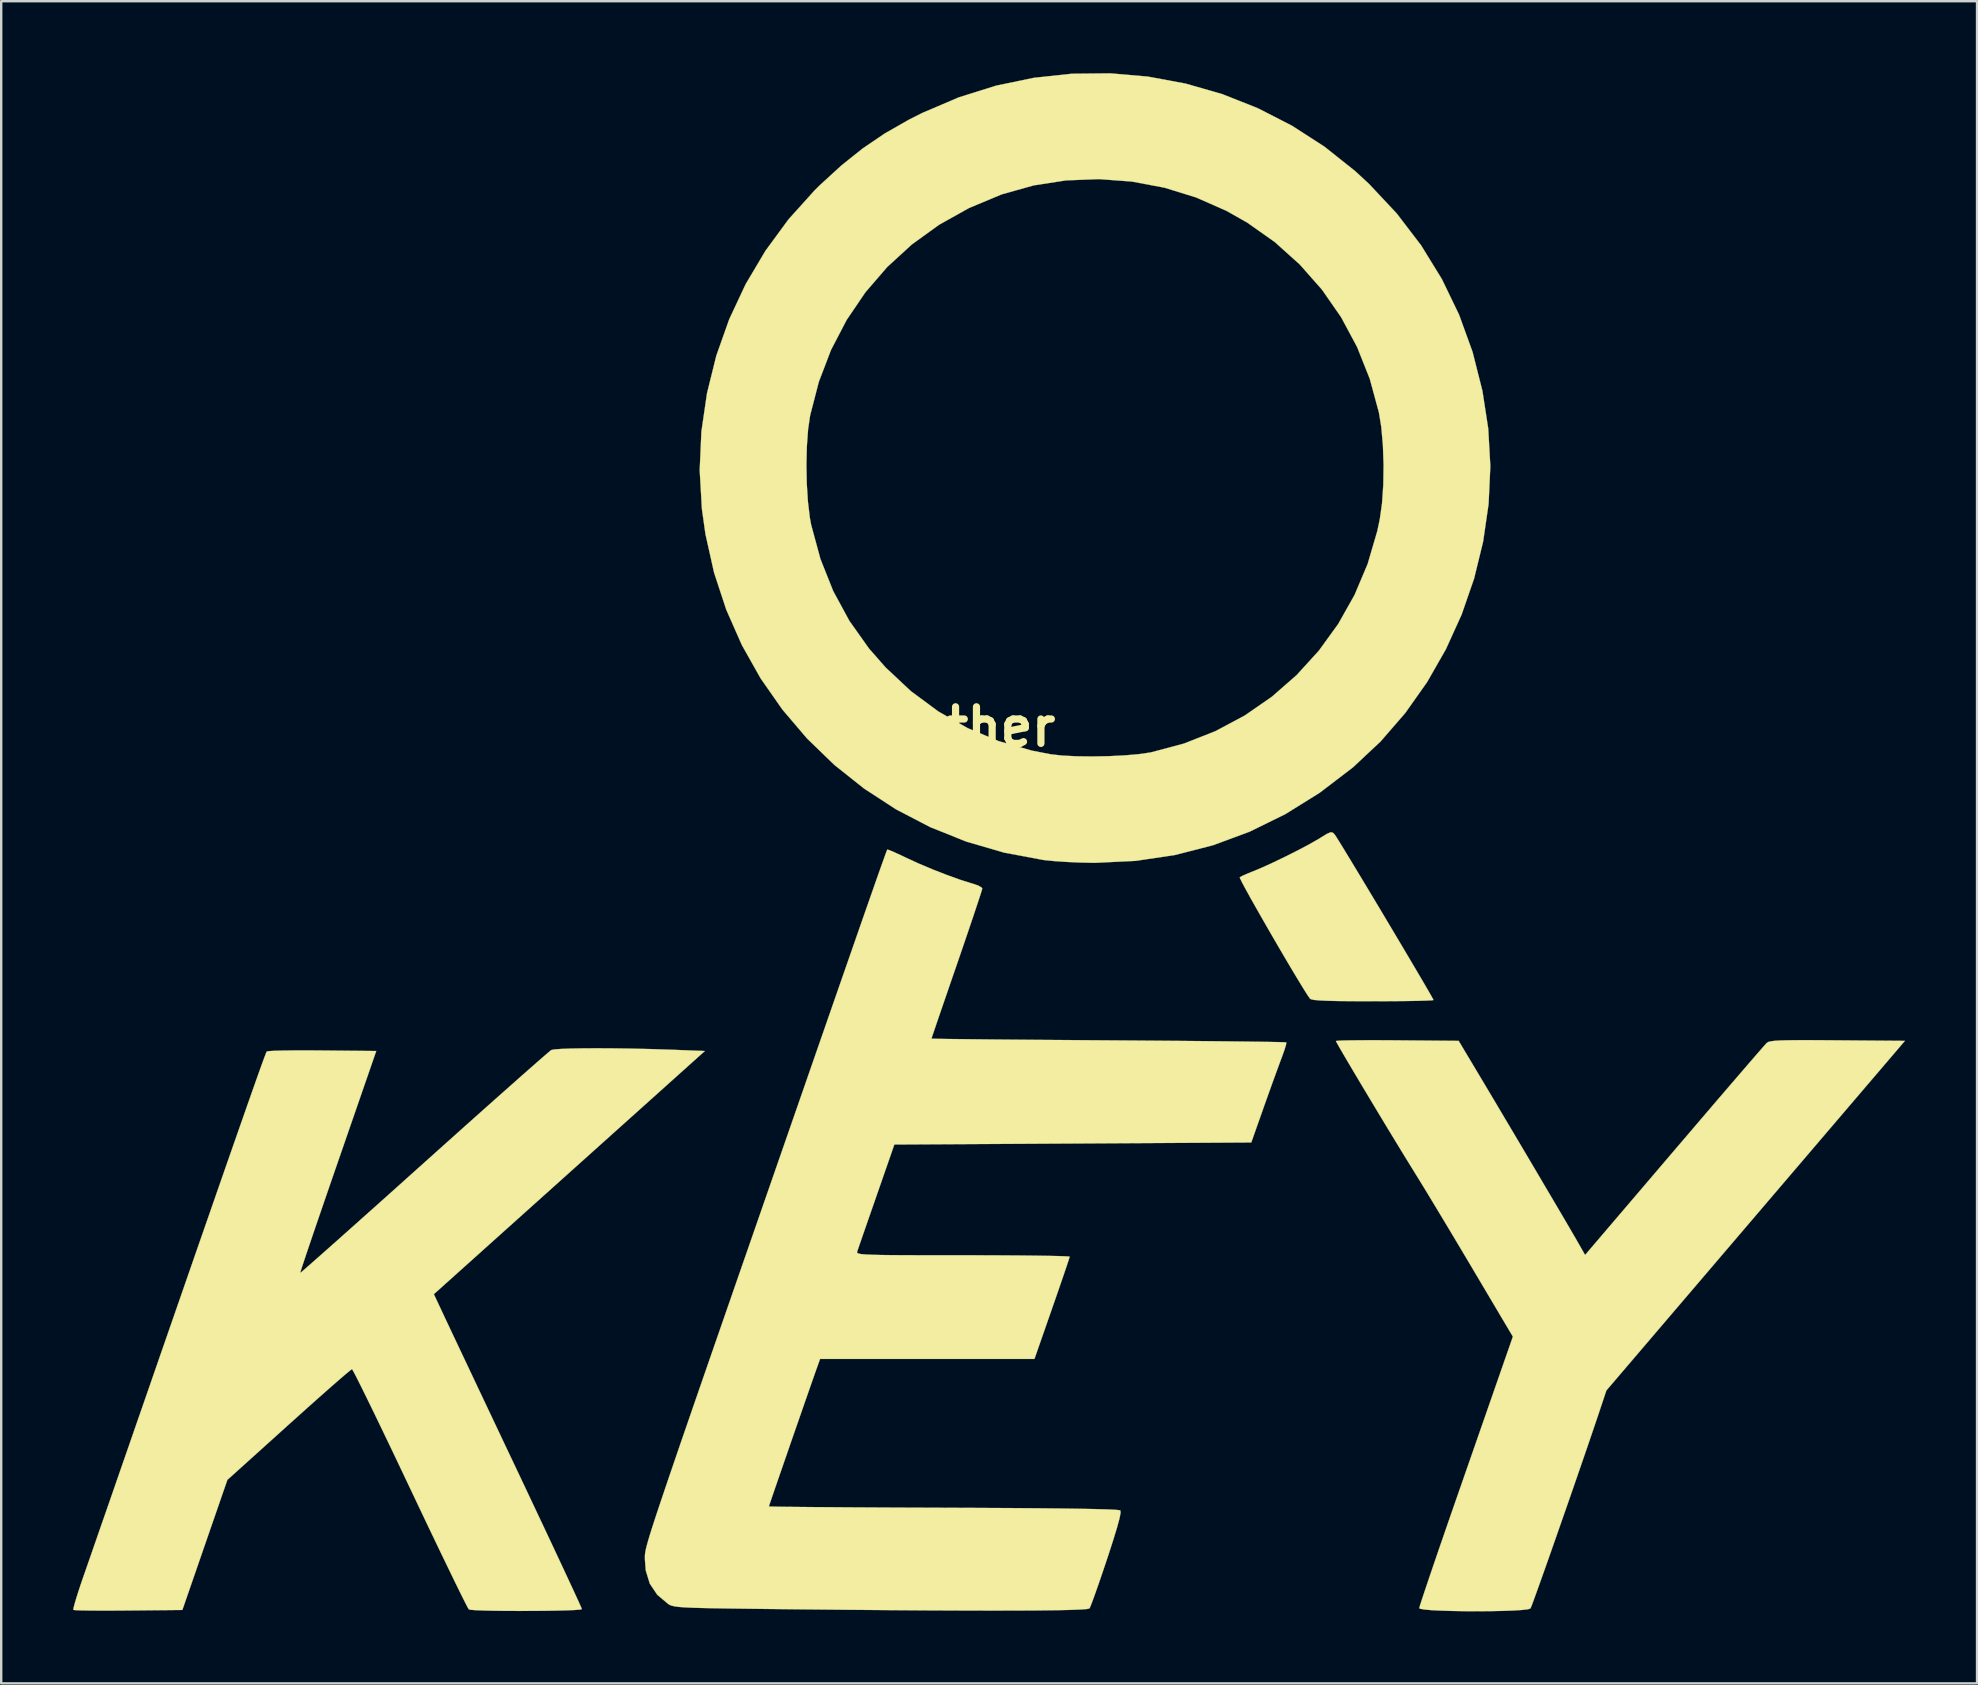
<source format=kicad_pcb>
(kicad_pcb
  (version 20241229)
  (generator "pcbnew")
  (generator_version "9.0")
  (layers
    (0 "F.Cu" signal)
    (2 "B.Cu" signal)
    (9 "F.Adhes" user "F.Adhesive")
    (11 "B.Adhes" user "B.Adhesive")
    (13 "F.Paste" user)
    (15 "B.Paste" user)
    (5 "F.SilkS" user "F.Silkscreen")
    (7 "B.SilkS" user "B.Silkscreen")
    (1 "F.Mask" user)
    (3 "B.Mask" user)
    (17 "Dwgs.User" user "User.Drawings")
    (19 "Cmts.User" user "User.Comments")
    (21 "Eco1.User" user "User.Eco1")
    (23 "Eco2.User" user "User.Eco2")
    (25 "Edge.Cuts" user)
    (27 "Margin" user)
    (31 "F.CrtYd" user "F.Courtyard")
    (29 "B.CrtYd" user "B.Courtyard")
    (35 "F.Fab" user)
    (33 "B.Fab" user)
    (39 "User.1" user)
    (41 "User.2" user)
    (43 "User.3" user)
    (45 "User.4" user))
  (footprint "other"
    (layer "F.Cu")
    (at 37.953 27.228)
    (property "Reference" "other" (at 0 0 0) (layer "F.SilkS") (effects (font (size 1.524 1.524) (thickness 0.3))))
    (attr through_hole)
    (fp_poly (pts (xy 14.51 4.403) (xy 14.586 4.472) (xy 14.653 4.57) (xy 14.793 4.794) (xy 14.997 5.126) (xy 15.254 5.549) (xy 15.554 6.045) (xy 15.886 6.597) (xy 16.241 7.188) (xy 16.607 7.799) (xy 16.973 8.414) (xy 17.331 9.015) (xy 17.669 9.585) (xy 17.977 10.106) (xy 18.244 10.56) (xy 18.461 10.932) (xy 18.616 11.202) (xy 18.7 11.354) (xy 18.711 11.38) (xy 18.63 11.393) (xy 18.4 11.404) (xy 18.043 11.414) (xy 17.578 11.422) (xy 17.027 11.427) (xy 16.41 11.43) (xy 16.182 11.43) (xy 15.413 11.428) (xy 14.799 11.423) (xy 14.327 11.413) (xy 13.981 11.397) (xy 13.748 11.377) (xy 13.614 11.35) (xy 13.569 11.324) (xy 13.464 11.173) (xy 13.296 10.908) (xy 13.077 10.549) (xy 12.818 10.118) (xy 12.532 9.634) (xy 12.229 9.117) (xy 11.922 8.589) (xy 11.623 8.069) (xy 11.343 7.578) (xy 11.094 7.137) (xy 10.889 6.765) (xy 10.738 6.483) (xy 10.654 6.311) (xy 10.641 6.268) (xy 10.751 6.207) (xy 10.971 6.11) (xy 11.218 6.01) (xy 11.6 5.85) (xy 12.071 5.634) (xy 12.585 5.385) (xy 13.097 5.126) (xy 13.561 4.879) (xy 13.93 4.669) (xy 14.026 4.609) (xy 14.27 4.459) (xy 14.418 4.394) (xy 14.51 4.403)) (stroke (width 0.01) (type solid)) (fill yes) (layer "F.SilkS"))
    (fp_poly (pts (xy 34.494 13.052) (xy 35.208 13.056) (xy 35.544 13.059) (xy 38.349 13.081) (xy 32.131 20.362) (xy 25.914 27.644) (xy 25.688 28.321) (xy 25.521 28.82) (xy 25.323 29.403) (xy 25.101 30.054) (xy 24.86 30.755) (xy 24.607 31.488) (xy 24.348 32.235) (xy 24.088 32.979) (xy 23.835 33.703) (xy 23.595 34.389) (xy 23.372 35.02) (xy 23.174 35.577) (xy 23.007 36.044) (xy 22.877 36.402) (xy 22.79 36.635) (xy 22.752 36.724) (xy 22.644 36.76) (xy 22.398 36.788) (xy 22.041 36.811) (xy 21.598 36.827) (xy 21.096 36.837) (xy 20.562 36.841) (xy 20.022 36.839) (xy 19.502 36.83) (xy 19.028 36.816) (xy 18.628 36.796) (xy 18.327 36.769) (xy 18.152 36.737) (xy 18.119 36.714) (xy 18.146 36.614) (xy 18.224 36.369) (xy 18.348 35.995) (xy 18.513 35.505) (xy 18.713 34.916) (xy 18.944 34.241) (xy 19.201 33.496) (xy 19.478 32.696) (xy 19.649 32.205) (xy 19.952 31.336) (xy 20.251 30.477) (xy 20.539 29.651) (xy 20.809 28.876) (xy 21.054 28.173) (xy 21.266 27.563) (xy 21.44 27.064) (xy 21.567 26.699) (xy 21.599 26.607) (xy 22.019 25.402) (xy 20.35 22.586) (xy 19.944 21.903) (xy 19.535 21.218) (xy 19.139 20.557) (xy 18.77 19.944) (xy 18.443 19.403) (xy 18.173 18.962) (xy 17.992 18.669) (xy 17.748 18.274) (xy 17.46 17.806) (xy 17.141 17.283) (xy 16.801 16.723) (xy 16.452 16.145) (xy 16.105 15.567) (xy 15.77 15.009) (xy 15.459 14.487) (xy 15.183 14.022) (xy 14.953 13.631) (xy 14.78 13.332) (xy 14.675 13.145) (xy 14.647 13.088) (xy 14.729 13.076) (xy 14.958 13.066) (xy 15.316 13.059) (xy 15.782 13.055) (xy 16.334 13.054) (xy 16.952 13.057) (xy 17.203 13.059) (xy 19.76 13.081) (xy 20.62 14.52) (xy 20.939 15.055) (xy 21.302 15.665) (xy 21.696 16.329) (xy 22.11 17.027) (xy 22.532 17.739) (xy 22.949 18.445) (xy 23.349 19.124) (xy 23.722 19.756) (xy 24.055 20.322) (xy 24.335 20.8) (xy 24.551 21.171) (xy 24.68 21.393) (xy 25.027 22.001) (xy 28.742 17.647) (xy 29.374 16.907) (xy 29.976 16.202) (xy 30.539 15.544) (xy 31.054 14.944) (xy 31.511 14.413) (xy 31.9 13.961) (xy 32.213 13.6) (xy 32.439 13.341) (xy 32.57 13.193) (xy 32.598 13.165) (xy 32.656 13.129) (xy 32.757 13.101) (xy 32.917 13.08) (xy 33.154 13.065) (xy 33.484 13.056) (xy 33.925 13.052) (xy 34.494 13.052)) (stroke (width 0.01) (type solid)) (fill yes) (layer "F.SilkS"))
    (fp_poly (pts (xy 6.822 -27.086) (xy 8.381 -26.797) (xy 9.908 -26.359) (xy 11.389 -25.773) (xy 12.815 -25.042) (xy 14.173 -24.166) (xy 15.452 -23.148) (xy 16.029 -22.614) (xy 17.185 -21.38) (xy 18.196 -20.057) (xy 19.061 -18.652) (xy 19.777 -17.169) (xy 20.341 -15.614) (xy 20.751 -13.991) (xy 20.992 -12.428) (xy 21.08 -10.858) (xy 21.007 -9.283) (xy 20.78 -7.718) (xy 20.404 -6.179) (xy 19.885 -4.679) (xy 19.23 -3.236) (xy 18.445 -1.863) (xy 17.536 -0.577) (xy 16.509 0.608) (xy 15.37 1.676) (xy 15.342 1.699) (xy 13.968 2.748) (xy 12.539 3.637) (xy 11.057 4.365) (xy 9.524 4.933) (xy 7.941 5.339) (xy 6.309 5.583) (xy 4.63 5.664) (xy 4.504 5.664) (xy 3.974 5.652) (xy 3.422 5.627) (xy 2.909 5.592) (xy 2.496 5.55) (xy 2.455 5.545) (xy 0.819 5.238) (xy -0.754 4.779) (xy -2.254 4.177) (xy -3.675 3.438) (xy -5.008 2.571) (xy -6.247 1.585) (xy -7.383 0.486) (xy -8.409 -0.718) (xy -9.317 -2.018) (xy -10.099 -3.407) (xy -10.748 -4.877) (xy -11.256 -6.419) (xy -11.616 -8.027) (xy -11.764 -9.077) (xy -11.856 -10.694) (xy -11.846 -10.911) (xy -7.41 -10.911) (xy -7.395 -10.125) (xy -7.347 -9.375) (xy -7.267 -8.709) (xy -7.211 -8.408) (xy -6.825 -6.988) (xy -6.295 -5.657) (xy -5.62 -4.414) (xy -4.802 -3.261) (xy -4.111 -2.473) (xy -3.054 -1.483) (xy -1.915 -0.641) (xy -0.694 0.053) (xy 0.606 0.597) (xy 1.986 0.992) (xy 2.766 1.143) (xy 3.236 1.196) (xy 3.825 1.226) (xy 4.485 1.234) (xy 5.171 1.222) (xy 5.834 1.19) (xy 6.428 1.139) (xy 6.904 1.07) (xy 6.943 1.063) (xy 8.319 0.696) (xy 9.623 0.182) (xy 10.846 -0.47) (xy 11.978 -1.253) (xy 13.011 -2.156) (xy 13.935 -3.17) (xy 14.743 -4.286) (xy 15.424 -5.495) (xy 15.97 -6.788) (xy 16.371 -8.156) (xy 16.473 -8.636) (xy 16.568 -9.306) (xy 16.621 -10.081) (xy 16.633 -10.907) (xy 16.605 -11.728) (xy 16.537 -12.49) (xy 16.438 -13.097) (xy 16.058 -14.496) (xy 15.531 -15.821) (xy 14.865 -17.063) (xy 14.067 -18.212) (xy 13.144 -19.258) (xy 12.105 -20.192) (xy 10.955 -21.004) (xy 10.092 -21.493) (xy 8.825 -22.052) (xy 7.504 -22.46) (xy 6.149 -22.715) (xy 4.777 -22.817) (xy 3.407 -22.764) (xy 2.058 -22.555) (xy 0.748 -22.188) (xy 0.697 -22.17) (xy -0.64 -21.611) (xy -1.881 -20.917) (xy -3.018 -20.096) (xy -4.044 -19.156) (xy -4.951 -18.105) (xy -5.734 -16.951) (xy -6.384 -15.704) (xy -6.894 -14.371) (xy -7.255 -12.977) (xy -7.341 -12.387) (xy -7.392 -11.682) (xy -7.41 -10.911) (xy -11.846 -10.911) (xy -11.784 -12.305) (xy -11.551 -13.898) (xy -11.164 -15.46) (xy -10.626 -16.978) (xy -9.942 -18.439) (xy -9.117 -19.83) (xy -8.156 -21.14) (xy -7.063 -22.354) (xy -6.847 -22.566) (xy -5.944 -23.393) (xy -5.06 -24.098) (xy -4.148 -24.717) (xy -3.159 -25.282) (xy -2.582 -25.574) (xy -1.066 -26.221) (xy 0.485 -26.708) (xy 2.062 -27.036) (xy 3.651 -27.207) (xy 5.242 -27.223) (xy 6.822 -27.086)) (stroke (width 0.01) (type solid)) (fill yes) (layer "F.SilkS"))
    (fp_poly (pts (xy -15.391 13.394) (xy -14.67 13.405) (xy -13.923 13.422) (xy -13.171 13.446) (xy -12.997 13.452) (xy -11.642 13.504) (xy -17.286 18.569) (xy -22.93 23.633) (xy -22.566 24.411) (xy -22.471 24.614) (xy -22.309 24.957) (xy -22.089 25.424) (xy -21.815 26.003) (xy -21.496 26.678) (xy -21.138 27.436) (xy -20.747 28.263) (xy -20.33 29.144) (xy -19.894 30.066) (xy -19.483 30.932) (xy -19.046 31.857) (xy -18.631 32.737) (xy -18.242 33.562) (xy -17.887 34.318) (xy -17.571 34.994) (xy -17.299 35.578) (xy -17.076 36.058) (xy -16.909 36.422) (xy -16.803 36.657) (xy -16.764 36.752) (xy -16.764 36.753) (xy -16.844 36.773) (xy -17.068 36.79) (xy -17.408 36.804) (xy -17.839 36.815) (xy -18.334 36.823) (xy -18.868 36.827) (xy -19.414 36.828) (xy -19.945 36.826) (xy -20.436 36.82) (xy -20.861 36.81) (xy -21.193 36.797) (xy -21.405 36.78) (xy -21.47 36.765) (xy -21.522 36.68) (xy -21.639 36.454) (xy -21.815 36.101) (xy -22.045 35.633) (xy -22.321 35.064) (xy -22.639 34.407) (xy -22.99 33.674) (xy -23.37 32.878) (xy -23.771 32.033) (xy -23.915 31.729) (xy -24.322 30.871) (xy -24.708 30.06) (xy -25.069 29.309) (xy -25.396 28.63) (xy -25.686 28.036) (xy -25.93 27.54) (xy -26.123 27.154) (xy -26.259 26.891) (xy -26.331 26.765) (xy -26.341 26.755) (xy -26.417 26.81) (xy -26.606 26.966) (xy -26.893 27.213) (xy -27.264 27.537) (xy -27.706 27.928) (xy -28.205 28.372) (xy -28.747 28.859) (xy -28.973 29.062) (xy -31.532 31.369) (xy -32.469 34.078) (xy -33.406 36.788) (xy -35.653 36.81) (xy -36.253 36.814) (xy -36.796 36.815) (xy -37.26 36.812) (xy -37.621 36.806) (xy -37.858 36.796) (xy -37.948 36.785) (xy -37.937 36.693) (xy -37.877 36.469) (xy -37.777 36.141) (xy -37.644 35.735) (xy -37.532 35.408) (xy -37.426 35.105) (xy -37.271 34.66) (xy -37.072 34.087) (xy -36.835 33.403) (xy -36.564 32.626) (xy -36.267 31.77) (xy -35.949 30.853) (xy -35.615 29.892) (xy -35.272 28.902) (xy -35.011 28.152) (xy -34.363 26.283) (xy -33.768 24.57) (xy -33.224 23.004) (xy -32.73 21.582) (xy -32.283 20.298) (xy -31.882 19.145) (xy -31.524 18.118) (xy -31.207 17.211) (xy -30.93 16.42) (xy -30.691 15.737) (xy -30.487 15.158) (xy -30.317 14.677) (xy -30.178 14.288) (xy -30.069 13.985) (xy -29.987 13.763) (xy -29.931 13.616) (xy -29.899 13.539) (xy -29.891 13.524) (xy -29.794 13.508) (xy -29.551 13.494) (xy -29.184 13.485) (xy -28.716 13.479) (xy -28.169 13.478) (xy -27.582 13.482) (xy -25.33 13.504) (xy -26.926 18.117) (xy -27.218 18.96) (xy -27.491 19.754) (xy -27.742 20.485) (xy -27.965 21.139) (xy -28.156 21.701) (xy -28.309 22.157) (xy -28.421 22.493) (xy -28.485 22.696) (xy -28.5 22.751) (xy -28.435 22.7) (xy -28.254 22.543) (xy -27.965 22.29) (xy -27.579 21.949) (xy -27.104 21.528) (xy -26.55 21.035) (xy -25.927 20.479) (xy -25.243 19.869) (xy -24.509 19.212) (xy -23.733 18.516) (xy -23.338 18.162) (xy -22.542 17.448) (xy -21.779 16.765) (xy -21.06 16.123) (xy -20.394 15.53) (xy -19.791 14.995) (xy -19.261 14.525) (xy -18.813 14.131) (xy -18.458 13.82) (xy -18.204 13.601) (xy -18.063 13.482) (xy -18.038 13.464) (xy -17.9 13.437) (xy -17.613 13.416) (xy -17.198 13.401) (xy -16.676 13.392) (xy -16.067 13.39) (xy -15.391 13.394)) (stroke (width 0.01) (type solid)) (fill yes) (layer "F.SilkS"))
    (fp_poly (pts (xy -3.958 5.135) (xy -3.757 5.22) (xy -3.473 5.35) (xy -3.255 5.454) (xy -2.741 5.691) (xy -2.162 5.935) (xy -1.569 6.167) (xy -1.015 6.367) (xy -0.55 6.514) (xy -0.476 6.535) (xy -0.247 6.614) (xy -0.106 6.697) (xy -0.085 6.734) (xy -0.111 6.832) (xy -0.188 7.073) (xy -0.308 7.437) (xy -0.465 7.908) (xy -0.654 8.466) (xy -0.868 9.095) (xy -1.101 9.775) (xy -1.143 9.896) (xy -1.379 10.58) (xy -1.596 11.212) (xy -1.79 11.775) (xy -1.953 12.252) (xy -2.079 12.623) (xy -2.164 12.873) (xy -2.2 12.984) (xy -2.201 12.988) (xy -2.119 12.992) (xy -1.879 12.997) (xy -1.494 13.003) (xy -0.976 13.009) (xy -0.338 13.016) (xy 0.409 13.024) (xy 1.253 13.031) (xy 2.181 13.039) (xy 3.181 13.046) (xy 4.241 13.054) (xy 5.171 13.06) (xy 6.273 13.068) (xy 7.326 13.076) (xy 8.318 13.084) (xy 9.237 13.093) (xy 10.069 13.101) (xy 10.804 13.11) (xy 11.428 13.118) (xy 11.93 13.126) (xy 12.297 13.133) (xy 12.518 13.14) (xy 12.581 13.145) (xy 12.57 13.236) (xy 12.509 13.442) (xy 12.41 13.721) (xy 12.393 13.766) (xy 12.29 14.042) (xy 12.145 14.437) (xy 11.973 14.912) (xy 11.788 15.428) (xy 11.644 15.833) (xy 11.121 17.314) (xy 3.687 17.357) (xy -3.747 17.399) (xy -4.498 19.558) (xy -4.699 20.136) (xy -4.884 20.667) (xy -5.044 21.128) (xy -5.171 21.496) (xy -5.258 21.75) (xy -5.298 21.865) (xy -5.3 21.898) (xy -5.278 21.925) (xy -5.216 21.948) (xy -5.102 21.967) (xy -4.922 21.981) (xy -4.664 21.992) (xy -4.313 22.001) (xy -3.858 22.007) (xy -3.283 22.01) (xy -2.577 22.012) (xy -1.726 22.013) (xy -0.895 22.013) (xy -0.044 22.014) (xy 0.753 22.017) (xy 1.481 22.022) (xy 2.124 22.029) (xy 2.668 22.037) (xy 3.096 22.046) (xy 3.392 22.056) (xy 3.541 22.067) (xy 3.556 22.071) (xy 3.529 22.164) (xy 3.454 22.394) (xy 3.336 22.742) (xy 3.185 23.183) (xy 3.007 23.699) (xy 2.822 24.23) (xy 2.089 26.331) (xy -6.841 26.331) (xy -6.94 26.607) (xy -7.02 26.831) (xy -7.14 27.172) (xy -7.292 27.608) (xy -7.47 28.117) (xy -7.664 28.676) (xy -7.869 29.266) (xy -8.077 29.864) (xy -8.279 30.449) (xy -8.469 30.999) (xy -8.64 31.493) (xy -8.783 31.909) (xy -8.891 32.226) (xy -8.957 32.421) (xy -8.975 32.476) (xy -8.892 32.481) (xy -8.652 32.486) (xy -8.268 32.492) (xy -7.75 32.497) (xy -7.113 32.503) (xy -6.367 32.508) (xy -5.525 32.514) (xy -4.599 32.519) (xy -3.602 32.524) (xy -2.546 32.528) (xy -1.698 32.531) (xy -0.219 32.537) (xy 1.092 32.544) (xy 2.235 32.552) (xy 3.212 32.562) (xy 4.025 32.574) (xy 4.673 32.587) (xy 5.159 32.601) (xy 5.483 32.617) (xy 5.647 32.635) (xy 5.668 32.643) (xy 5.677 32.74) (xy 5.634 32.967) (xy 5.536 33.331) (xy 5.382 33.838) (xy 5.17 34.495) (xy 5.11 34.675) (xy 4.926 35.222) (xy 4.756 35.719) (xy 4.607 36.141) (xy 4.489 36.465) (xy 4.409 36.668) (xy 4.381 36.724) (xy 4.276 36.749) (xy 4.003 36.769) (xy 3.563 36.786) (xy 2.96 36.799) (xy 2.193 36.808) (xy 1.264 36.813) (xy 0.175 36.814) (xy -1.072 36.811) (xy -2.477 36.805) (xy -4.036 36.794) (xy -5.75 36.78) (xy -7.617 36.762) (xy -8.978 36.747) (xy -9.902 36.736) (xy -10.671 36.726) (xy -11.301 36.716) (xy -11.808 36.705) (xy -12.206 36.693) (xy -12.51 36.678) (xy -12.737 36.66) (xy -12.9 36.638) (xy -13.016 36.611) (xy -13.099 36.58) (xy -13.163 36.543) (xy -13.623 36.156) (xy -13.935 35.692) (xy -14.103 35.141) (xy -14.137 34.7) (xy -14.138 34.635) (xy -14.139 34.574) (xy -14.137 34.512) (xy -14.131 34.441) (xy -14.118 34.356) (xy -14.096 34.249) (xy -14.063 34.115) (xy -14.017 33.947) (xy -13.956 33.739) (xy -13.877 33.484) (xy -13.778 33.175) (xy -13.657 32.806) (xy -13.512 32.371) (xy -13.341 31.864) (xy -13.142 31.277) (xy -12.912 30.604) (xy -12.65 29.839) (xy -12.352 28.976) (xy -12.018 28.008) (xy -11.644 26.928) (xy -11.229 25.731) (xy -10.77 24.408) (xy -10.266 22.955) (xy -9.713 21.365) (xy -9.111 19.631) (xy -8.456 17.747) (xy -8.1 16.722) (xy -7.529 15.08) (xy -7.012 13.591) (xy -6.545 12.249) (xy -6.127 11.047) (xy -5.755 9.979) (xy -5.427 9.037) (xy -5.141 8.215) (xy -4.893 7.506) (xy -4.682 6.904) (xy -4.506 6.402) (xy -4.362 5.993) (xy -4.247 5.671) (xy -4.16 5.428) (xy -4.099 5.259) (xy -4.06 5.157) (xy -4.041 5.114) (xy -4.04 5.112) (xy -3.958 5.135)) (stroke (width 0.01) (type solid)) (fill yes) (layer "F.SilkS")))
  (gr_rect
    (start -3 -3)
    (end 79.307 67.074)
    (stroke (width 0.1) (type default))
    (fill no)
    (layer "Edge.Cuts")))
</source>
